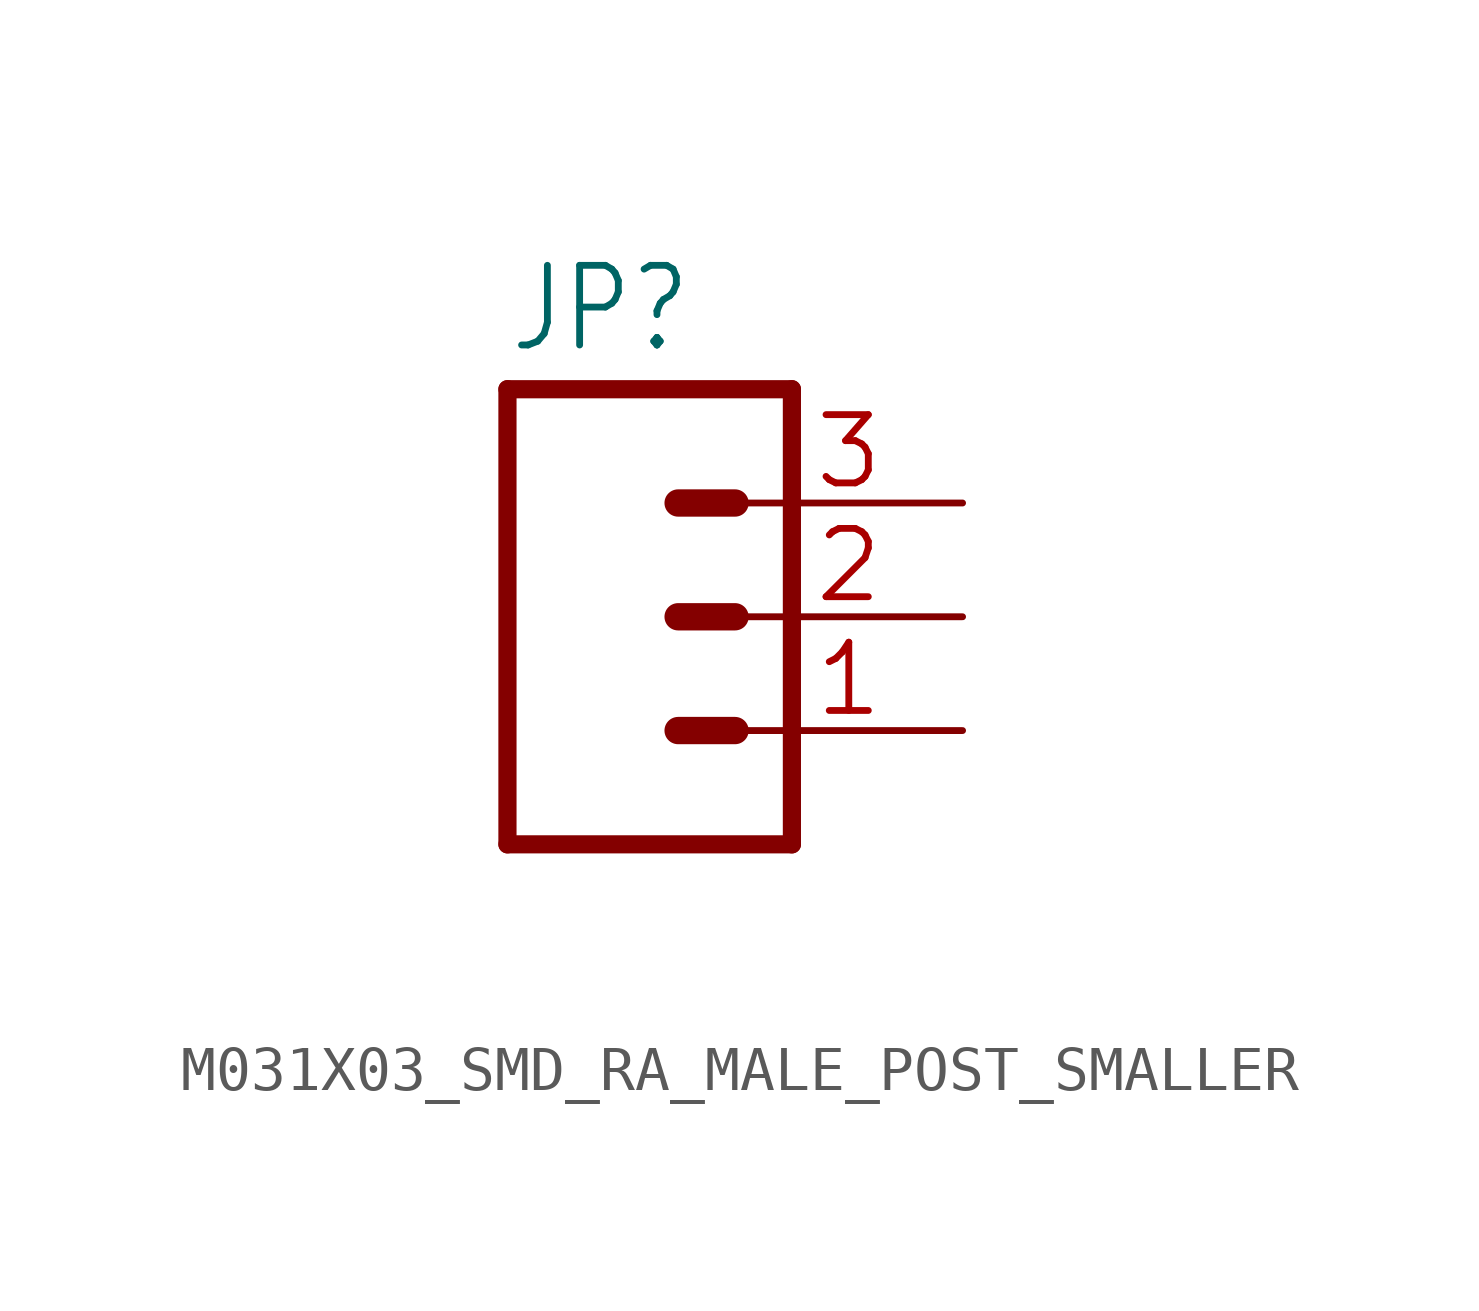
<source format=kicad_sym>
(kicad_symbol_lib
  (version 20241209)
  (generator "kicad_symbol_editor")
  (generator_version "9.0")
  (symbol "M031X03_SMD_RA_MALE_POST_SMALLER"
    (property "Reference" "JP"
      (at -2.54 5.842 0)
      (effects (font (size 1.778 1.511)) (justify left bottom)))
    (property "Value" ""
      (at -2.54 -7.62 0)
      (effects (font (size 1.778 1.511)) (justify left bottom)))
    (property "ki_locked" ""
      (at 0 0 0)
      (effects (font (size 1.27 1.27))))
    (symbol "M031X03_SMD_RA_MALE_POST_SMALLER_1_0"
      (polyline (pts (xy -2.54 5.08) (xy -2.54 -5.08)) (stroke (width 0.406) (type solid)) (fill (type none)))
      (polyline (pts (xy -2.54 5.08) (xy 3.81 5.08)) (stroke (width 0.406) (type solid)) (fill (type none)))
      (polyline (pts (xy 1.27 2.54) (xy 2.54 2.54)) (stroke (width 0.61) (type solid)) (fill (type none)))
      (polyline (pts (xy 1.27 0) (xy 2.54 0)) (stroke (width 0.61) (type solid)) (fill (type none)))
      (polyline (pts (xy 1.27 -2.54) (xy 2.54 -2.54)) (stroke (width 0.61) (type solid)) (fill (type none)))
      (polyline (pts (xy 3.81 -5.08) (xy -2.54 -5.08)) (stroke (width 0.406) (type solid)) (fill (type none)))
      (polyline (pts (xy 3.81 -5.08) (xy 3.81 5.08)) (stroke (width 0.406) (type solid)) (fill (type none)))
      (pin passive line (at 7.62 2.54 180) (length 5.08) (name "3" (effects (font (size 0 0)))) (number "3" (effects (font (size 1.524 1.524)))))
      (pin passive line (at 7.62 0 180) (length 5.08) (name "2" (effects (font (size 0 0)))) (number "2" (effects (font (size 1.524 1.524)))))
      (pin passive line (at 7.62 -2.54 180) (length 5.08) (name "1" (effects (font (size 0 0)))) (number "1" (effects (font (size 1.524 1.524))))))))
</source>
